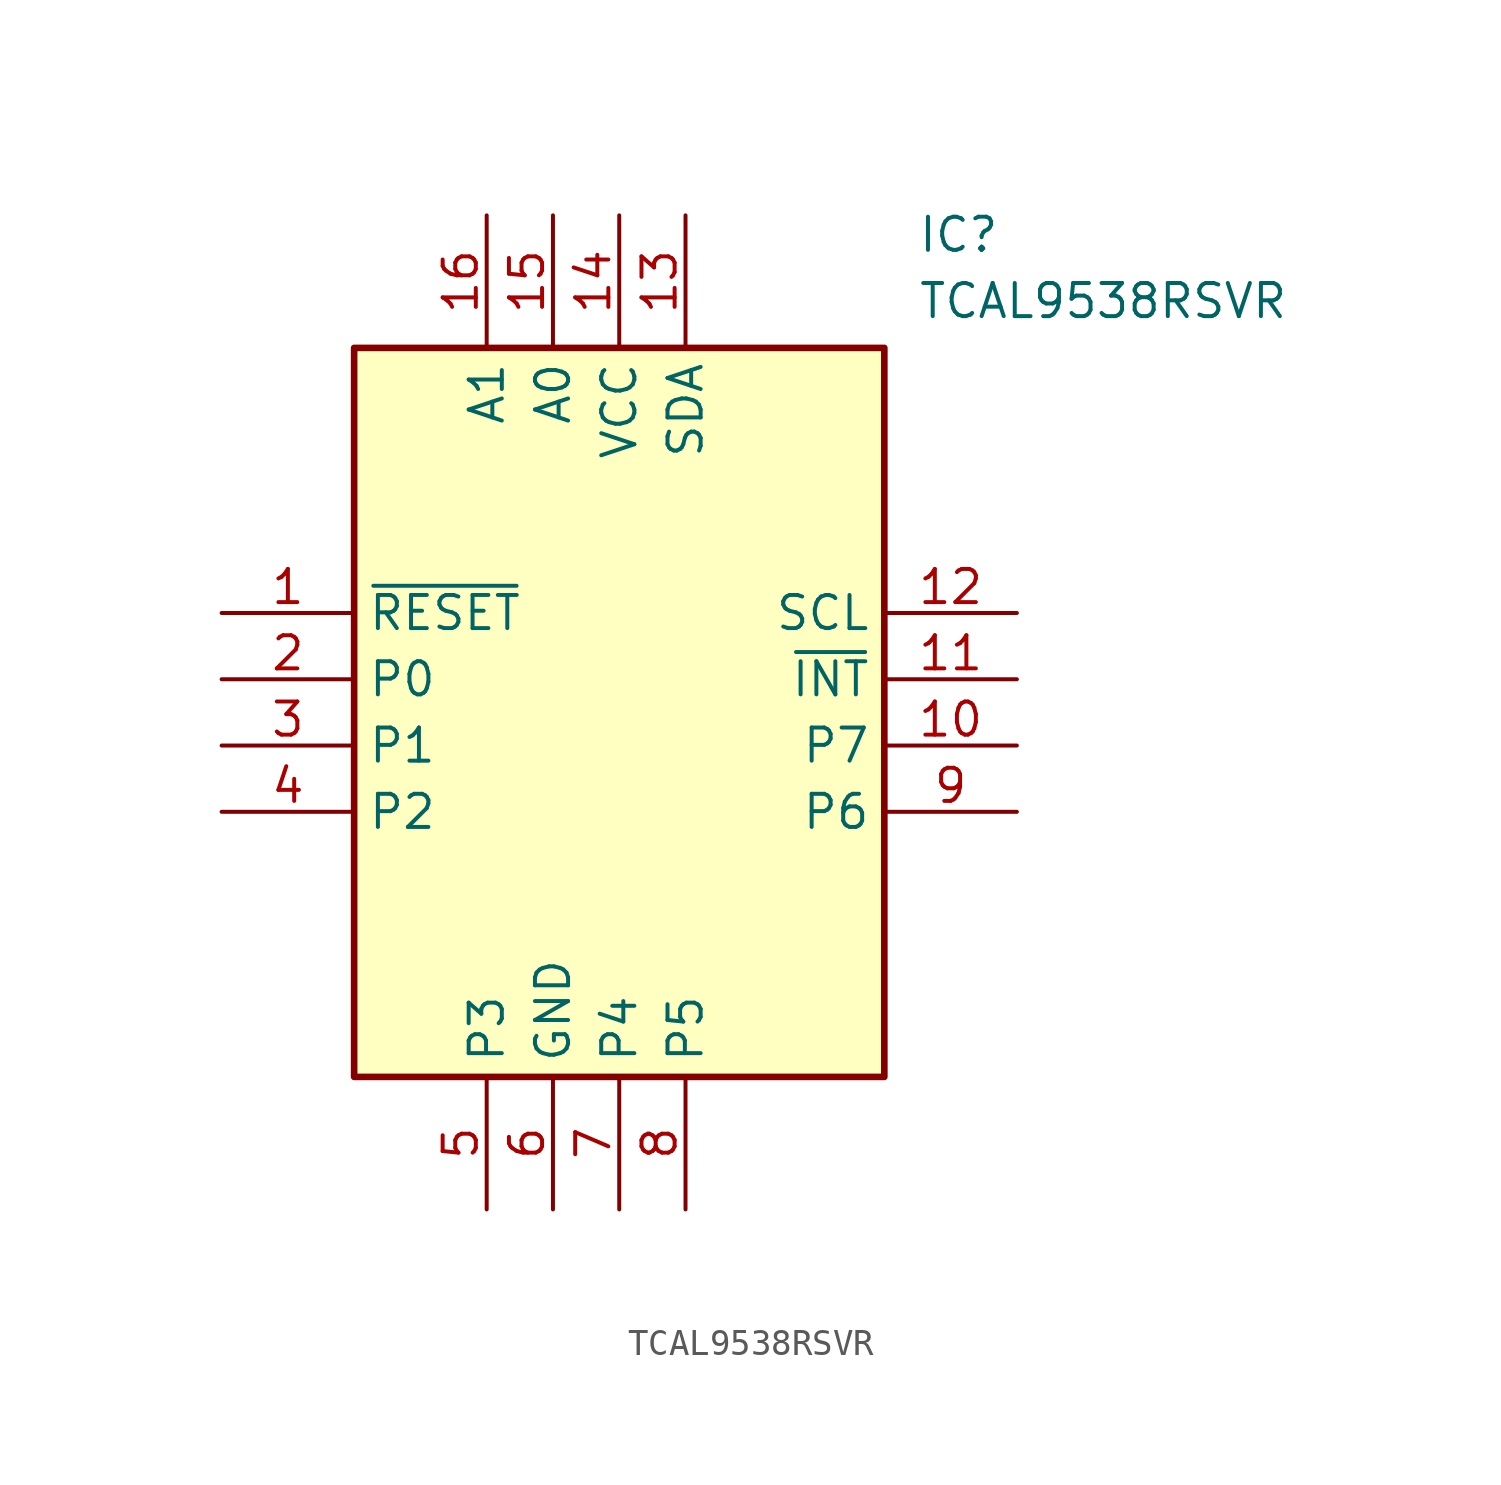
<source format=kicad_sym>
(kicad_symbol_lib
  (version 20211014)
  (generator SamacSys_ECAD_Model)
  (symbol "TCAL9538RSVR"
    (property "Reference" "IC"
      (at 26.67 15.24 0)
      (effects (font (size 1.27 1.27)) (justify left top)))
    (property "Value" "TCAL9538RSVR"
      (at 26.67 12.7 0)
      (effects (font (size 1.27 1.27)) (justify left top)))
    (rectangle
      (start 5.08 10.16)
      (end 25.4 -17.78)
      (stroke (width 0.254) (type default))
      (fill (type background)))
    (pin passive line
      (at 0 0 0)
      (length 5.08)
      (name "~{RESET}" (effects (font (size 1.27 1.27))))
      (number "1" (effects (font (size 1.27 1.27)))))
    (pin passive line
      (at 0 -2.54 0)
      (length 5.08)
      (name "P0" (effects (font (size 1.27 1.27))))
      (number "2" (effects (font (size 1.27 1.27)))))
    (pin passive line
      (at 0 -5.08 0)
      (length 5.08)
      (name "P1" (effects (font (size 1.27 1.27))))
      (number "3" (effects (font (size 1.27 1.27)))))
    (pin passive line
      (at 0 -7.62 0)
      (length 5.08)
      (name "P2" (effects (font (size 1.27 1.27))))
      (number "4" (effects (font (size 1.27 1.27)))))
    (pin passive line
      (at 10.16 -22.86 90)
      (length 5.08)
      (name "P3" (effects (font (size 1.27 1.27))))
      (number "5" (effects (font (size 1.27 1.27)))))
    (pin passive line
      (at 12.7 -22.86 90)
      (length 5.08)
      (name "GND" (effects (font (size 1.27 1.27))))
      (number "6" (effects (font (size 1.27 1.27)))))
    (pin passive line
      (at 15.24 -22.86 90)
      (length 5.08)
      (name "P4" (effects (font (size 1.27 1.27))))
      (number "7" (effects (font (size 1.27 1.27)))))
    (pin passive line
      (at 17.78 -22.86 90)
      (length 5.08)
      (name "P5" (effects (font (size 1.27 1.27))))
      (number "8" (effects (font (size 1.27 1.27)))))
    (pin passive line
      (at 30.48 0 180)
      (length 5.08)
      (name "SCL" (effects (font (size 1.27 1.27))))
      (number "12" (effects (font (size 1.27 1.27)))))
    (pin passive line
      (at 30.48 -2.54 180)
      (length 5.08)
      (name "~{INT}" (effects (font (size 1.27 1.27))))
      (number "11" (effects (font (size 1.27 1.27)))))
    (pin passive line
      (at 30.48 -5.08 180)
      (length 5.08)
      (name "P7" (effects (font (size 1.27 1.27))))
      (number "10" (effects (font (size 1.27 1.27)))))
    (pin passive line
      (at 30.48 -7.62 180)
      (length 5.08)
      (name "P6" (effects (font (size 1.27 1.27))))
      (number "9" (effects (font (size 1.27 1.27)))))
    (pin passive line
      (at 10.16 15.24 270)
      (length 5.08)
      (name "A1" (effects (font (size 1.27 1.27))))
      (number "16" (effects (font (size 1.27 1.27)))))
    (pin passive line
      (at 12.7 15.24 270)
      (length 5.08)
      (name "A0" (effects (font (size 1.27 1.27))))
      (number "15" (effects (font (size 1.27 1.27)))))
    (pin passive line
      (at 15.24 15.24 270)
      (length 5.08)
      (name "VCC" (effects (font (size 1.27 1.27))))
      (number "14" (effects (font (size 1.27 1.27)))))
    (pin passive line
      (at 17.78 15.24 270)
      (length 5.08)
      (name "SDA" (effects (font (size 1.27 1.27))))
      (number "13" (effects (font (size 1.27 1.27)))))))
</source>
